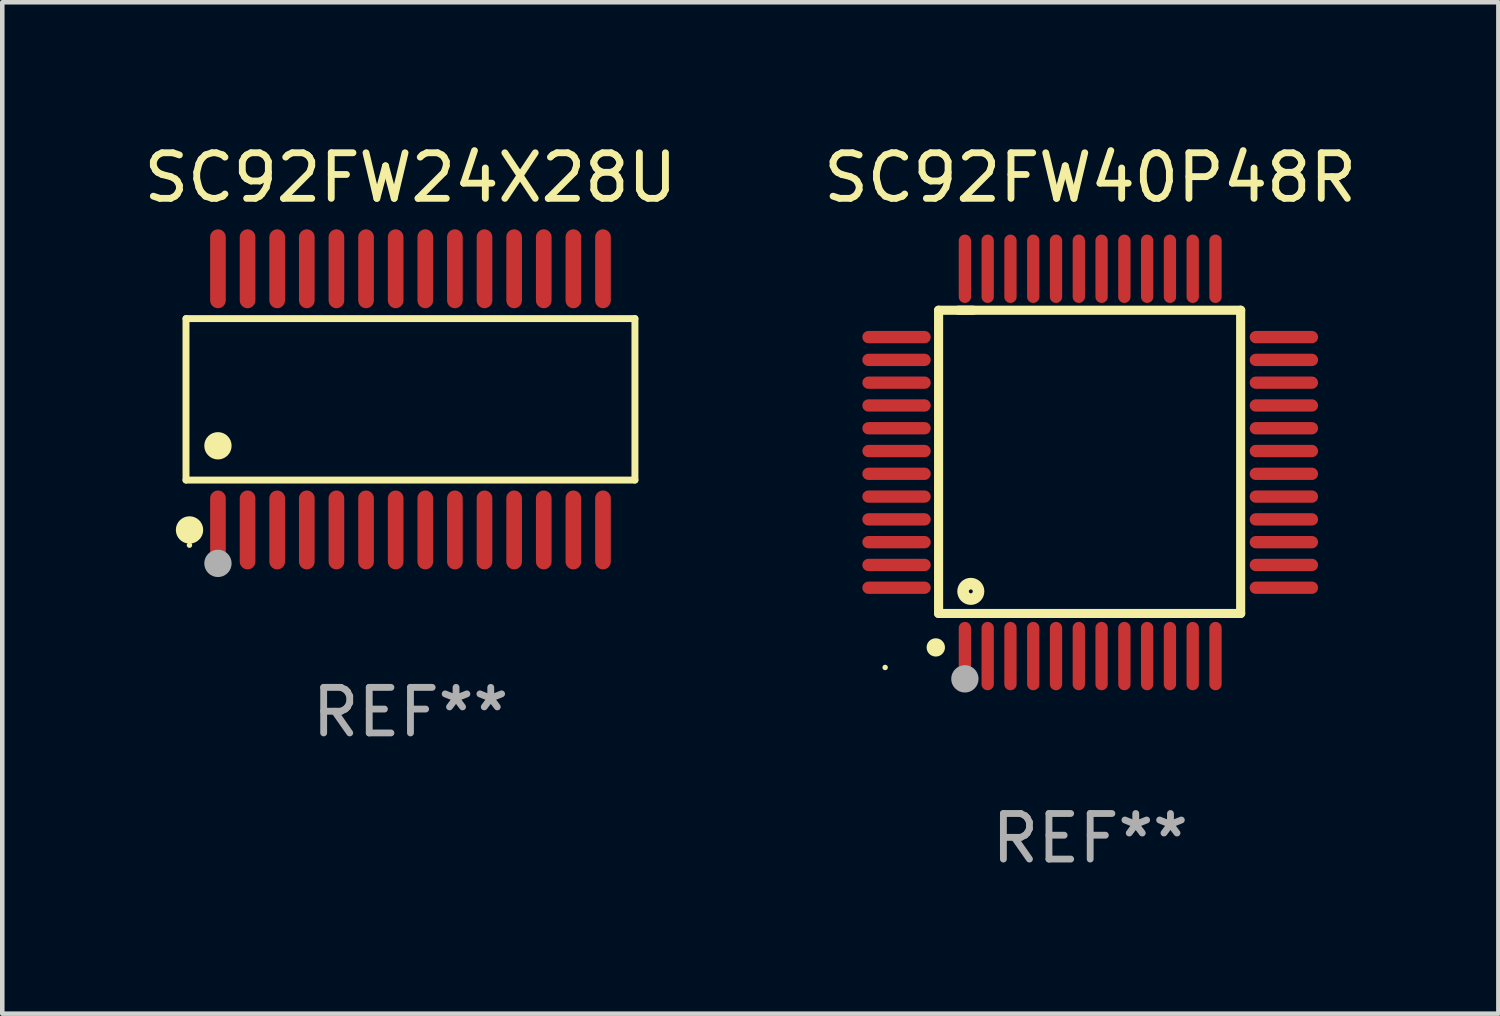
<source format=kicad_pcb>
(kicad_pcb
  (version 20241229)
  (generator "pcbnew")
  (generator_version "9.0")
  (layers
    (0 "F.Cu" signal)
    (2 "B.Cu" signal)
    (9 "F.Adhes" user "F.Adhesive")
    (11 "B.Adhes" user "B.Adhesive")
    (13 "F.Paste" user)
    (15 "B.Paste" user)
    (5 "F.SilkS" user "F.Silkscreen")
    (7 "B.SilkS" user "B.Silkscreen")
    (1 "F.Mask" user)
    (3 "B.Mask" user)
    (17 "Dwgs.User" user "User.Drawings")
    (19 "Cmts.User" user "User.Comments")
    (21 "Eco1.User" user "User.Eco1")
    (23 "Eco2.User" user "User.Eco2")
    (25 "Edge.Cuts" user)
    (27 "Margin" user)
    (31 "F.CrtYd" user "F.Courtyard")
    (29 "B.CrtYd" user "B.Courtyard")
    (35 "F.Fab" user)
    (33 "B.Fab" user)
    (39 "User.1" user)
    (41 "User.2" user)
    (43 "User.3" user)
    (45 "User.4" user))
  (footprint "SC92FW24X28U"
    (layer "F.Cu")
    (at 5.958 5.714)
    (property "Reference" "SC92FW24X28U" (at 0 -4.866 0) (layer "F.SilkS") (effects (font (size 1 1) (thickness 0.15))))
    (attr through_hole)
    (fp_line (start -4.926 -1.772) (end 4.926 -1.772) (stroke (width 0.152) (type solid)) (layer "F.SilkS"))
    (fp_line (start -4.926 1.771) (end -4.926 -1.772) (stroke (width 0.152) (type solid)) (layer "F.SilkS"))
    (fp_line (start 4.926 -1.772) (end 4.926 1.771) (stroke (width 0.152) (type solid)) (layer "F.SilkS"))
    (fp_line (start 4.926 1.771) (end -4.926 1.771) (stroke (width 0.152) (type solid)) (layer "F.SilkS"))
    (fp_circle (center -4.85 3.2) (end -4.82 3.2) (stroke (width 0.06) (type solid)) (fill no) (layer "F.SilkS"))
    (fp_circle (center -4.849 2.866) (end -4.699 2.866) (stroke (width 0.3) (type solid)) (fill no) (layer "F.SilkS"))
    (fp_circle (center -4.225 1.019) (end -4.075 1.019) (stroke (width 0.3) (type solid)) (fill no) (layer "F.SilkS"))
    (fp_circle (center -4.225 3.6) (end -4.075 3.6) (stroke (width 0.3) (type solid)) (fill no) (layer "F.Fab"))
    (fp_text user "REF**" (at 0 6.866 0) (layer "F.Fab") (effects (font (size 1 1) (thickness 0.15))))
    (pad "1" smd oval (at -4.225 2.866) (size 0.343 1.731) (layers "F.Cu" "F.Mask" "F.Paste"))
    (pad "2" smd oval (at -3.575 2.866) (size 0.343 1.731) (layers "F.Cu" "F.Mask" "F.Paste"))
    (pad "3" smd oval (at -2.925 2.866) (size 0.343 1.731) (layers "F.Cu" "F.Mask" "F.Paste"))
    (pad "4" smd oval (at -2.275 2.866) (size 0.343 1.731) (layers "F.Cu" "F.Mask" "F.Paste"))
    (pad "5" smd oval (at -1.625 2.866) (size 0.343 1.731) (layers "F.Cu" "F.Mask" "F.Paste"))
    (pad "6" smd oval (at -0.975 2.866) (size 0.343 1.731) (layers "F.Cu" "F.Mask" "F.Paste"))
    (pad "7" smd oval (at -0.325 2.866) (size 0.343 1.731) (layers "F.Cu" "F.Mask" "F.Paste"))
    (pad "8" smd oval (at 0.325 2.866) (size 0.343 1.731) (layers "F.Cu" "F.Mask" "F.Paste"))
    (pad "9" smd oval (at 0.975 2.866) (size 0.343 1.731) (layers "F.Cu" "F.Mask" "F.Paste"))
    (pad "10" smd oval (at 1.625 2.866) (size 0.343 1.731) (layers "F.Cu" "F.Mask" "F.Paste"))
    (pad "11" smd oval (at 2.275 2.866) (size 0.343 1.731) (layers "F.Cu" "F.Mask" "F.Paste"))
    (pad "12" smd oval (at 2.925 2.866) (size 0.343 1.731) (layers "F.Cu" "F.Mask" "F.Paste"))
    (pad "13" smd oval (at 3.575 2.866) (size 0.343 1.731) (layers "F.Cu" "F.Mask" "F.Paste"))
    (pad "14" smd oval (at 4.225 2.866) (size 0.343 1.731) (layers "F.Cu" "F.Mask" "F.Paste"))
    (pad "15" smd oval (at 4.225 -2.866) (size 0.343 1.731) (layers "F.Cu" "F.Mask" "F.Paste"))
    (pad "16" smd oval (at 3.575 -2.866) (size 0.343 1.731) (layers "F.Cu" "F.Mask" "F.Paste"))
    (pad "17" smd oval (at 2.925 -2.866) (size 0.343 1.731) (layers "F.Cu" "F.Mask" "F.Paste"))
    (pad "18" smd oval (at 2.275 -2.866) (size 0.343 1.731) (layers "F.Cu" "F.Mask" "F.Paste"))
    (pad "19" smd oval (at 1.625 -2.866) (size 0.343 1.731) (layers "F.Cu" "F.Mask" "F.Paste"))
    (pad "20" smd oval (at 0.975 -2.866) (size 0.343 1.731) (layers "F.Cu" "F.Mask" "F.Paste"))
    (pad "21" smd oval (at 0.325 -2.866) (size 0.343 1.731) (layers "F.Cu" "F.Mask" "F.Paste"))
    (pad "22" smd oval (at -0.325 -2.866) (size 0.343 1.731) (layers "F.Cu" "F.Mask" "F.Paste"))
    (pad "23" smd oval (at -0.975 -2.866) (size 0.343 1.731) (layers "F.Cu" "F.Mask" "F.Paste"))
    (pad "24" smd oval (at -1.625 -2.866) (size 0.343 1.731) (layers "F.Cu" "F.Mask" "F.Paste"))
    (pad "25" smd oval (at -2.275 -2.866) (size 0.343 1.731) (layers "F.Cu" "F.Mask" "F.Paste"))
    (pad "26" smd oval (at -2.925 -2.866) (size 0.343 1.731) (layers "F.Cu" "F.Mask" "F.Paste"))
    (pad "27" smd oval (at -3.575 -2.866) (size 0.343 1.731) (layers "F.Cu" "F.Mask" "F.Paste"))
    (pad "28" smd oval (at -4.225 -2.866) (size 0.343 1.731) (layers "F.Cu" "F.Mask" "F.Paste")))
  (footprint "SC92FW40P48R"
    (layer "F.Cu")
    (at 20.875 7.098)
    (property "Reference" "SC92FW40P48R" (at 0 -6.25 0) (layer "F.SilkS") (effects (font (size 1 1) (thickness 0.15))))
    (attr through_hole)
    (fp_line (start -3.327 -3.34) (end -2.565 -3.34) (stroke (width 0.2) (type solid)) (layer "F.SilkS"))
    (fp_line (start -3.327 3.315) (end -3.327 -3.34) (stroke (width 0.2) (type solid)) (layer "F.SilkS"))
    (fp_line (start -2.896 -3.34) (end 3.302 -3.34) (stroke (width 0.2) (type solid)) (layer "F.SilkS"))
    (fp_line (start 3.302 -3.34) (end 3.302 3.315) (stroke (width 0.2) (type solid)) (layer "F.SilkS"))
    (fp_line (start 3.302 3.315) (end -3.327 3.315) (stroke (width 0.2) (type solid)) (layer "F.SilkS"))
    (fp_arc (start -3.389992 4.059995) (mid -3.388722 4.059991) (end -3.387452 4.059995) (stroke (width 0.4) (type solid)) (layer "F.SilkS"))
    (fp_circle (center -4.5 4.5) (end -4.47 4.5) (stroke (width 0.06) (type solid)) (fill no) (layer "F.SilkS"))
    (fp_circle (center -2.62 2.83) (end -2.45 2.83) (stroke (width 0.254) (type solid)) (fill no) (layer "F.SilkS"))
    (fp_circle (center -2.75 4.75) (end -2.6 4.75) (stroke (width 0.3) (type solid)) (fill no) (layer "F.Fab"))
    (fp_text user "REF**" (at 0 8.25 0) (layer "F.Fab") (effects (font (size 1 1) (thickness 0.15))))
    (pad "1" smd oval (at -2.75 4.25) (size 0.27 1.5) (layers "F.Cu" "F.Mask" "F.Paste"))
    (pad "2" smd oval (at -2.25 4.25) (size 0.27 1.5) (layers "F.Cu" "F.Mask" "F.Paste"))
    (pad "3" smd oval (at -1.75 4.25) (size 0.27 1.5) (layers "F.Cu" "F.Mask" "F.Paste"))
    (pad "4" smd oval (at -1.25 4.25) (size 0.27 1.5) (layers "F.Cu" "F.Mask" "F.Paste"))
    (pad "5" smd oval (at -0.75 4.25) (size 0.27 1.5) (layers "F.Cu" "F.Mask" "F.Paste"))
    (pad "6" smd oval (at -0.25 4.25) (size 0.27 1.5) (layers "F.Cu" "F.Mask" "F.Paste"))
    (pad "7" smd oval (at 0.25 4.25) (size 0.27 1.5) (layers "F.Cu" "F.Mask" "F.Paste"))
    (pad "8" smd oval (at 0.75 4.25) (size 0.27 1.5) (layers "F.Cu" "F.Mask" "F.Paste"))
    (pad "9" smd oval (at 1.25 4.25) (size 0.27 1.5) (layers "F.Cu" "F.Mask" "F.Paste"))
    (pad "10" smd oval (at 1.75 4.25) (size 0.27 1.5) (layers "F.Cu" "F.Mask" "F.Paste"))
    (pad "11" smd oval (at 2.25 4.25) (size 0.27 1.5) (layers "F.Cu" "F.Mask" "F.Paste"))
    (pad "12" smd oval (at 2.75 4.25) (size 0.27 1.5) (layers "F.Cu" "F.Mask" "F.Paste"))
    (pad "13" smd oval (at 4.25 2.75) (size 1.5 0.27) (layers "F.Cu" "F.Mask" "F.Paste"))
    (pad "14" smd oval (at 4.25 2.25) (size 1.5 0.27) (layers "F.Cu" "F.Mask" "F.Paste"))
    (pad "15" smd oval (at 4.25 1.75) (size 1.5 0.27) (layers "F.Cu" "F.Mask" "F.Paste"))
    (pad "16" smd oval (at 4.25 1.25) (size 1.5 0.27) (layers "F.Cu" "F.Mask" "F.Paste"))
    (pad "17" smd oval (at 4.25 0.75) (size 1.5 0.27) (layers "F.Cu" "F.Mask" "F.Paste"))
    (pad "18" smd oval (at 4.25 0.25) (size 1.5 0.27) (layers "F.Cu" "F.Mask" "F.Paste"))
    (pad "19" smd oval (at 4.25 -0.25) (size 1.5 0.27) (layers "F.Cu" "F.Mask" "F.Paste"))
    (pad "20" smd oval (at 4.25 -0.75) (size 1.5 0.27) (layers "F.Cu" "F.Mask" "F.Paste"))
    (pad "21" smd oval (at 4.25 -1.25) (size 1.5 0.27) (layers "F.Cu" "F.Mask" "F.Paste"))
    (pad "22" smd oval (at 4.25 -1.75) (size 1.5 0.27) (layers "F.Cu" "F.Mask" "F.Paste"))
    (pad "23" smd oval (at 4.25 -2.25) (size 1.5 0.27) (layers "F.Cu" "F.Mask" "F.Paste"))
    (pad "24" smd oval (at 4.25 -2.75) (size 1.5 0.27) (layers "F.Cu" "F.Mask" "F.Paste"))
    (pad "25" smd oval (at 2.75 -4.25) (size 0.27 1.5) (layers "F.Cu" "F.Mask" "F.Paste"))
    (pad "26" smd oval (at 2.25 -4.25) (size 0.27 1.5) (layers "F.Cu" "F.Mask" "F.Paste"))
    (pad "27" smd oval (at 1.75 -4.25) (size 0.27 1.5) (layers "F.Cu" "F.Mask" "F.Paste"))
    (pad "28" smd oval (at 1.25 -4.25) (size 0.27 1.5) (layers "F.Cu" "F.Mask" "F.Paste"))
    (pad "29" smd oval (at 0.75 -4.25) (size 0.27 1.5) (layers "F.Cu" "F.Mask" "F.Paste"))
    (pad "30" smd oval (at 0.25 -4.25) (size 0.27 1.5) (layers "F.Cu" "F.Mask" "F.Paste"))
    (pad "31" smd oval (at -0.25 -4.25) (size 0.27 1.5) (layers "F.Cu" "F.Mask" "F.Paste"))
    (pad "32" smd oval (at -0.75 -4.25) (size 0.27 1.5) (layers "F.Cu" "F.Mask" "F.Paste"))
    (pad "33" smd oval (at -1.25 -4.25) (size 0.27 1.5) (layers "F.Cu" "F.Mask" "F.Paste"))
    (pad "34" smd oval (at -1.75 -4.25) (size 0.27 1.5) (layers "F.Cu" "F.Mask" "F.Paste"))
    (pad "35" smd oval (at -2.25 -4.25) (size 0.27 1.5) (layers "F.Cu" "F.Mask" "F.Paste"))
    (pad "36" smd oval (at -2.75 -4.25) (size 0.27 1.5) (layers "F.Cu" "F.Mask" "F.Paste"))
    (pad "37" smd oval (at -4.25 -2.75) (size 1.5 0.27) (layers "F.Cu" "F.Mask" "F.Paste"))
    (pad "38" smd oval (at -4.25 -2.25) (size 1.5 0.27) (layers "F.Cu" "F.Mask" "F.Paste"))
    (pad "39" smd oval (at -4.25 -1.75) (size 1.5 0.27) (layers "F.Cu" "F.Mask" "F.Paste"))
    (pad "40" smd oval (at -4.25 -1.25) (size 1.5 0.27) (layers "F.Cu" "F.Mask" "F.Paste"))
    (pad "41" smd oval (at -4.25 -0.75) (size 1.5 0.27) (layers "F.Cu" "F.Mask" "F.Paste"))
    (pad "42" smd oval (at -4.25 -0.25) (size 1.5 0.27) (layers "F.Cu" "F.Mask" "F.Paste"))
    (pad "43" smd oval (at -4.25 0.25) (size 1.5 0.27) (layers "F.Cu" "F.Mask" "F.Paste"))
    (pad "44" smd oval (at -4.25 0.75) (size 1.5 0.27) (layers "F.Cu" "F.Mask" "F.Paste"))
    (pad "45" smd oval (at -4.25 1.25) (size 1.5 0.27) (layers "F.Cu" "F.Mask" "F.Paste"))
    (pad "46" smd oval (at -4.25 1.75) (size 1.5 0.27) (layers "F.Cu" "F.Mask" "F.Paste"))
    (pad "47" smd oval (at -4.25 2.25) (size 1.5 0.27) (layers "F.Cu" "F.Mask" "F.Paste"))
    (pad "48" smd oval (at -4.25 2.75) (size 1.5 0.27) (layers "F.Cu" "F.Mask" "F.Paste")))
  (gr_rect
    (start -3 -3)
    (end 29.833 19.196)
    (stroke (width 0.1) (type default))
    (fill no)
    (layer "Edge.Cuts")))
</source>
